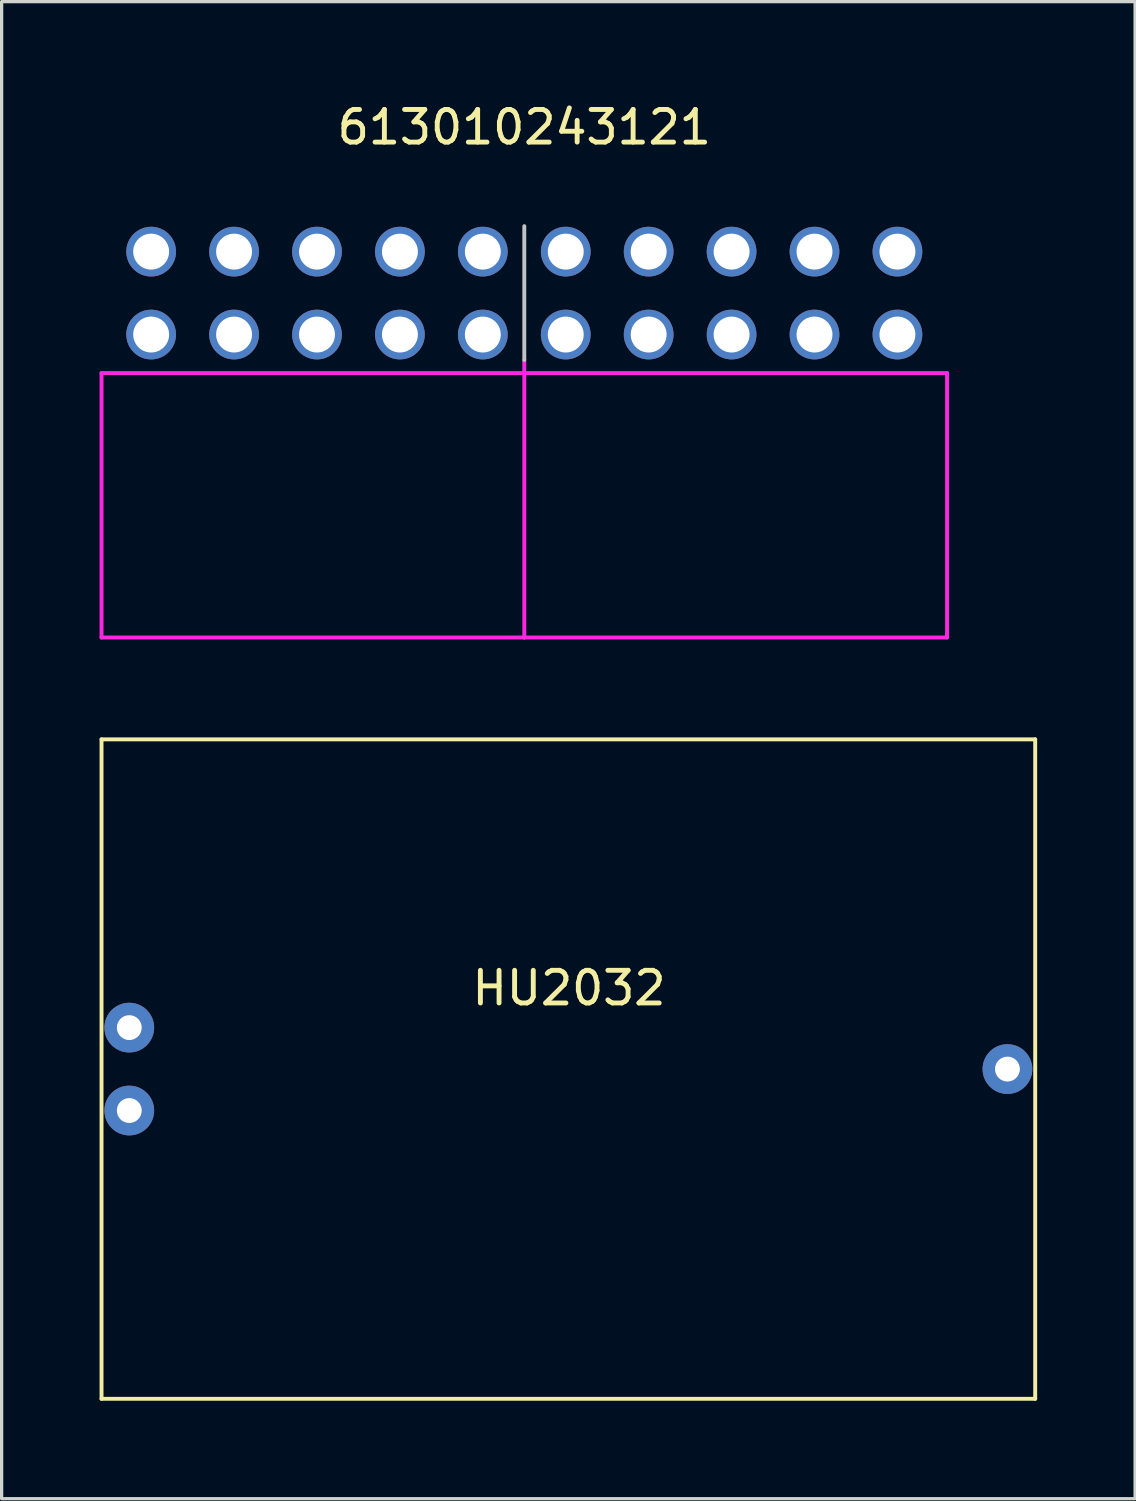
<source format=kicad_pcb>
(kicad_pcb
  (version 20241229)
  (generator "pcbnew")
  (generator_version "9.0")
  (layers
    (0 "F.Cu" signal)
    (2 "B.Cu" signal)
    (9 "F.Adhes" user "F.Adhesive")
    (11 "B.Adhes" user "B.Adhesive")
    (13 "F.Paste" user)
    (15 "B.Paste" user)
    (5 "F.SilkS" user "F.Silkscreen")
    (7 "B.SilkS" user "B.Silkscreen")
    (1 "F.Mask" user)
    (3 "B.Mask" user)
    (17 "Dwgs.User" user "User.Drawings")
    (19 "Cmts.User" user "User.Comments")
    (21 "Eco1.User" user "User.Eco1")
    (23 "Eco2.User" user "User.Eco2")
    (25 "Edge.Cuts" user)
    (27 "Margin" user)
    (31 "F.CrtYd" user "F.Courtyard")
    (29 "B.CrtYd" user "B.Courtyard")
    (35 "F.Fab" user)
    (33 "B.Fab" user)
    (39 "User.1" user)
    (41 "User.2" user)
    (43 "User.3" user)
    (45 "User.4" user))
  (footprint "HU2032"
    (layer "F.Cu")
    (at 14.36 29.698)
    (property "Reference" "HU2032" (at 0.02 -2.48 0) (layer "F.SilkS") (effects (font (size 1 1) (thickness 0.15))))
    (attr through_hole)
    (fp_line (start -14.3 -10.1) (end -14.3 10.1) (stroke (width 0.12) (type solid)) (layer "F.SilkS"))
    (fp_line (start -14.3 -10.1) (end 14.3 -10.1) (stroke (width 0.12) (type solid)) (layer "F.SilkS"))
    (fp_line (start -14.3 10.1) (end 14.3 10.1) (stroke (width 0.12) (type solid)) (layer "F.SilkS"))
    (fp_line (start 14.3 -10.1) (end 14.3 10.1) (stroke (width 0.12) (type solid)) (layer "F.SilkS"))
    (pad "1" thru_hole circle (at -13.45 -1.27) (size 1.524 1.524) (drill 0.762) (layers "*.Cu" "*.Mask"))
    (pad "1" thru_hole circle (at -13.45 1.27) (size 1.524 1.524) (drill 0.762) (layers "*.Cu" "*.Mask"))
    (pad "2" thru_hole circle (at 13.45 0) (size 1.524 1.524) (drill 0.762) (layers "*.Cu" "*.Mask")))
  (footprint "613010243121"
    (layer "F.Cu")
    (at 13.01 5.928)
    (property "Reference" "613010243121" (at 0 -5.08 0) (layer "F.SilkS") (effects (font (size 1 1) (thickness 0.15))))
    (attr through_hole)
    (fp_line (start 0 -2.05) (end 0 2.05) (stroke (width 0.12) (type solid)) (layer "Dwgs.User"))
    (fp_line (start -12.95 2.45) (end -0.05 2.45) (stroke (width 0.12) (type solid)) (layer "F.CrtYd"))
    (fp_line (start -12.95 10.55) (end -12.95 2.45) (stroke (width 0.12) (type solid)) (layer "F.CrtYd"))
    (fp_line (start -12.95 10.55) (end 0 10.55) (stroke (width 0.12) (type solid)) (layer "F.CrtYd"))
    (fp_line (start 0 2.05) (end 0 10.55) (stroke (width 0.12) (type solid)) (layer "F.CrtYd"))
    (fp_line (start 0 2.45) (end 12.95 2.45) (stroke (width 0.12) (type solid)) (layer "F.CrtYd"))
    (fp_line (start 0 10.55) (end 12.95 10.55) (stroke (width 0.12) (type solid)) (layer "F.CrtYd"))
    (fp_line (start 12.95 2.45) (end 12.95 10.55) (stroke (width 0.12) (type solid)) (layer "F.CrtYd"))
    (pad "1" thru_hole circle (at -11.43 1.27) (size 1.524 1.524) (drill 1.1) (layers "*.Cu" "*.Mask"))
    (pad "2" thru_hole circle (at -8.89 1.27) (size 1.524 1.524) (drill 1.1) (layers "*.Cu" "*.Mask"))
    (pad "3" thru_hole circle (at -6.35 1.27) (size 1.524 1.524) (drill 1.1) (layers "*.Cu" "*.Mask"))
    (pad "4" thru_hole circle (at -3.81 1.27) (size 1.524 1.524) (drill 1.1) (layers "*.Cu" "*.Mask"))
    (pad "5" thru_hole circle (at -1.27 1.27) (size 1.524 1.524) (drill 1.1) (layers "*.Cu" "*.Mask"))
    (pad "6" thru_hole circle (at 1.27 1.27) (size 1.524 1.524) (drill 1.1) (layers "*.Cu" "*.Mask"))
    (pad "7" thru_hole circle (at 3.81 1.27) (size 1.524 1.524) (drill 1.1) (layers "*.Cu" "*.Mask"))
    (pad "8" thru_hole circle (at 6.35 1.27) (size 1.524 1.524) (drill 1.1) (layers "*.Cu" "*.Mask"))
    (pad "9" thru_hole circle (at 8.89 1.27) (size 1.524 1.524) (drill 1.1) (layers "*.Cu" "*.Mask"))
    (pad "10" thru_hole circle (at 11.43 1.27) (size 1.524 1.524) (drill 1.1) (layers "*.Cu" "*.Mask"))
    (pad "11" thru_hole circle (at 11.43 -1.27) (size 1.524 1.524) (drill 1.1) (layers "*.Cu" "*.Mask"))
    (pad "12" thru_hole circle (at 8.89 -1.27) (size 1.524 1.524) (drill 1.1) (layers "*.Cu" "*.Mask"))
    (pad "13" thru_hole circle (at 6.35 -1.27) (size 1.524 1.524) (drill 1.1) (layers "*.Cu" "*.Mask"))
    (pad "14" thru_hole circle (at 3.81 -1.27) (size 1.524 1.524) (drill 1.1) (layers "*.Cu" "*.Mask"))
    (pad "15" thru_hole circle (at 1.27 -1.27) (size 1.524 1.524) (drill 1.1) (layers "*.Cu" "*.Mask"))
    (pad "16" thru_hole circle (at -1.27 -1.27) (size 1.524 1.524) (drill 1.1) (layers "*.Cu" "*.Mask"))
    (pad "17" thru_hole circle (at -3.81 -1.27) (size 1.524 1.524) (drill 1.1) (layers "*.Cu" "*.Mask"))
    (pad "18" thru_hole circle (at -6.35 -1.27) (size 1.524 1.524) (drill 1.1) (layers "*.Cu" "*.Mask"))
    (pad "19" thru_hole circle (at -8.89 -1.27) (size 1.524 1.524) (drill 1.1) (layers "*.Cu" "*.Mask"))
    (pad "20" thru_hole circle (at -11.43 -1.27) (size 1.524 1.524) (drill 1.1) (layers "*.Cu" "*.Mask")))
  (gr_rect
    (start -3 -3)
    (end 31.72 42.858)
    (stroke (width 0.1) (type default))
    (fill no)
    (layer "Edge.Cuts")))
</source>
